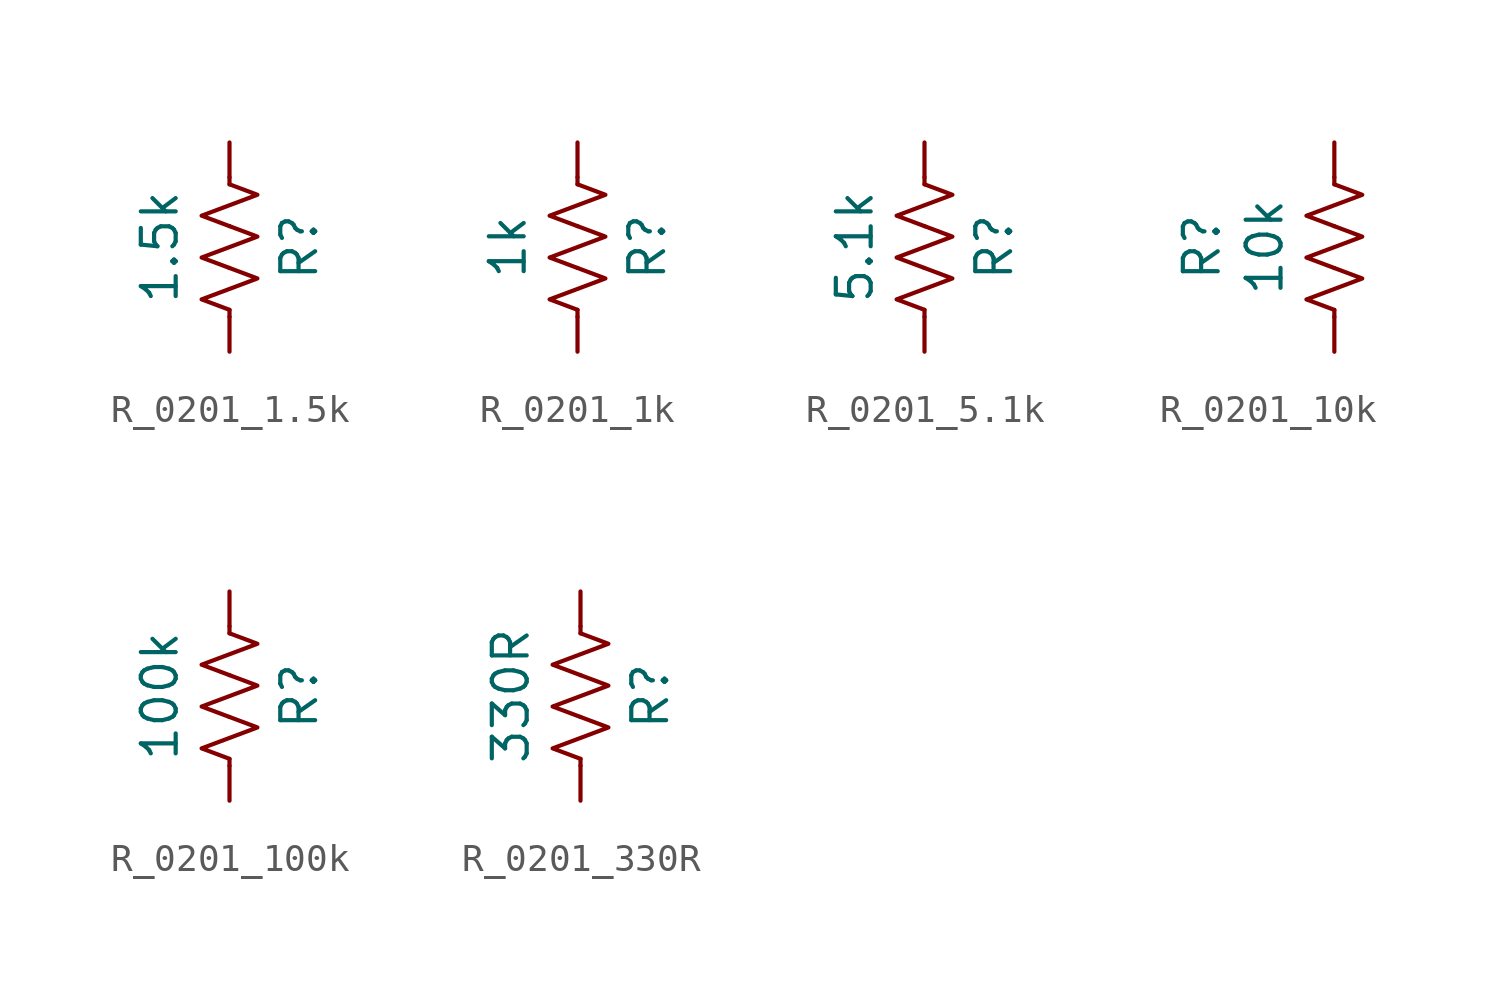
<source format=kicad_sym>
(kicad_symbol_lib
  (version 20241209)
  (generator "kicad_symbol_editor")
  (generator_version "9.0")
  (symbol "R_0201_1.5k"
    (pin_numbers
      (hide yes))
    (pin_names
      (offset 0))
    (property "Reference" "R"
      (at 2.54 0 90)
      (effects (font (size 1.27 1.27))))
    (property "Value" "1.5k"
      (at -2.54 0 90)
      (effects (font (size 1.27 1.27))))
    (symbol "R_0201_1.5k_0_1"
      (polyline (pts (xy 0 2.286) (xy 0 2.54)) (stroke (width 0) (type default)) (fill (type none)))
      (polyline (pts (xy 0 2.286) (xy 1.016 1.905) (xy 0 1.524) (xy -1.016 1.143) (xy 0 0.762)) (stroke (width 0) (type default)) (fill (type none)))
      (polyline (pts (xy 0 0.762) (xy 1.016 0.381) (xy 0 0) (xy -1.016 -0.381) (xy 0 -0.762)) (stroke (width 0) (type default)) (fill (type none)))
      (polyline (pts (xy 0 -0.762) (xy 1.016 -1.143) (xy 0 -1.524) (xy -1.016 -1.905) (xy 0 -2.286)) (stroke (width 0) (type default)) (fill (type none)))
      (polyline (pts (xy 0 -2.286) (xy 0 -2.54)) (stroke (width 0) (type default)) (fill (type none))))
    (symbol "R_0201_1.5k_1_1"
      (pin passive line (at 0 3.81 270) (length 1.27) (name "~" (effects (font (size 1.27 1.27)))) (number "1" (effects (font (size 1.27 1.27)))))
      (pin passive line (at 0 -3.81 90) (length 1.27) (name "~" (effects (font (size 1.27 1.27)))) (number "2" (effects (font (size 1.27 1.27)))))))
  (symbol "R_0201_1k"
    (pin_numbers
      (hide yes))
    (pin_names
      (offset 0))
    (property "Reference" "R"
      (at 2.54 0 90)
      (effects (font (size 1.27 1.27))))
    (property "Value" "1k"
      (at -2.54 0 90)
      (effects (font (size 1.27 1.27))))
    (symbol "R_0201_1k_0_1"
      (polyline (pts (xy 0 2.286) (xy 0 2.54)) (stroke (width 0) (type default)) (fill (type none)))
      (polyline (pts (xy 0 2.286) (xy 1.016 1.905) (xy 0 1.524) (xy -1.016 1.143) (xy 0 0.762)) (stroke (width 0) (type default)) (fill (type none)))
      (polyline (pts (xy 0 0.762) (xy 1.016 0.381) (xy 0 0) (xy -1.016 -0.381) (xy 0 -0.762)) (stroke (width 0) (type default)) (fill (type none)))
      (polyline (pts (xy 0 -0.762) (xy 1.016 -1.143) (xy 0 -1.524) (xy -1.016 -1.905) (xy 0 -2.286)) (stroke (width 0) (type default)) (fill (type none)))
      (polyline (pts (xy 0 -2.286) (xy 0 -2.54)) (stroke (width 0) (type default)) (fill (type none))))
    (symbol "R_0201_1k_1_1"
      (pin passive line (at 0 3.81 270) (length 1.27) (name "~" (effects (font (size 1.27 1.27)))) (number "1" (effects (font (size 1.27 1.27)))))
      (pin passive line (at 0 -3.81 90) (length 1.27) (name "~" (effects (font (size 1.27 1.27)))) (number "2" (effects (font (size 1.27 1.27)))))))
  (symbol "R_0201_5.1k"
    (pin_numbers
      (hide yes))
    (pin_names
      (offset 0))
    (property "Reference" "R"
      (at 2.54 0 90)
      (effects (font (size 1.27 1.27))))
    (property "Value" "5.1k"
      (at -2.54 0 90)
      (effects (font (size 1.27 1.27))))
    (symbol "R_0201_5.1k_0_1"
      (polyline (pts (xy 0 2.286) (xy 0 2.54)) (stroke (width 0) (type default)) (fill (type none)))
      (polyline (pts (xy 0 2.286) (xy 1.016 1.905) (xy 0 1.524) (xy -1.016 1.143) (xy 0 0.762)) (stroke (width 0) (type default)) (fill (type none)))
      (polyline (pts (xy 0 0.762) (xy 1.016 0.381) (xy 0 0) (xy -1.016 -0.381) (xy 0 -0.762)) (stroke (width 0) (type default)) (fill (type none)))
      (polyline (pts (xy 0 -0.762) (xy 1.016 -1.143) (xy 0 -1.524) (xy -1.016 -1.905) (xy 0 -2.286)) (stroke (width 0) (type default)) (fill (type none)))
      (polyline (pts (xy 0 -2.286) (xy 0 -2.54)) (stroke (width 0) (type default)) (fill (type none))))
    (symbol "R_0201_5.1k_1_1"
      (pin passive line (at 0 3.81 270) (length 1.27) (name "~" (effects (font (size 1.27 1.27)))) (number "1" (effects (font (size 1.27 1.27)))))
      (pin passive line (at 0 -3.81 90) (length 1.27) (name "~" (effects (font (size 1.27 1.27)))) (number "2" (effects (font (size 1.27 1.27)))))))
  (symbol "R_0201_10k"
    (pin_numbers
      (hide yes))
    (pin_names
      (offset 0))
    (property "Reference" "R"
      (at -4.826 0 90)
      (effects (font (size 1.27 1.27))))
    (property "Value" "10k"
      (at -2.54 0 90)
      (effects (font (size 1.27 1.27))))
    (symbol "R_0201_10k_0_1"
      (polyline (pts (xy 0 2.286) (xy 0 2.54)) (stroke (width 0) (type default)) (fill (type none)))
      (polyline (pts (xy 0 2.286) (xy 1.016 1.905) (xy 0 1.524) (xy -1.016 1.143) (xy 0 0.762)) (stroke (width 0) (type default)) (fill (type none)))
      (polyline (pts (xy 0 0.762) (xy 1.016 0.381) (xy 0 0) (xy -1.016 -0.381) (xy 0 -0.762)) (stroke (width 0) (type default)) (fill (type none)))
      (polyline (pts (xy 0 -0.762) (xy 1.016 -1.143) (xy 0 -1.524) (xy -1.016 -1.905) (xy 0 -2.286)) (stroke (width 0) (type default)) (fill (type none)))
      (polyline (pts (xy 0 -2.286) (xy 0 -2.54)) (stroke (width 0) (type default)) (fill (type none))))
    (symbol "R_0201_10k_1_1"
      (pin passive line (at 0 3.81 270) (length 1.27) (name "~" (effects (font (size 1.27 1.27)))) (number "1" (effects (font (size 1.27 1.27)))))
      (pin passive line (at 0 -3.81 90) (length 1.27) (name "~" (effects (font (size 1.27 1.27)))) (number "2" (effects (font (size 1.27 1.27)))))))
  (symbol "R_0201_100k"
    (pin_numbers
      (hide yes))
    (pin_names
      (offset 0))
    (property "Reference" "R"
      (at 2.54 0 90)
      (effects (font (size 1.27 1.27))))
    (property "Value" "100k"
      (at -2.54 0 90)
      (effects (font (size 1.27 1.27))))
    (symbol "R_0201_100k_0_1"
      (polyline (pts (xy 0 2.286) (xy 0 2.54)) (stroke (width 0) (type default)) (fill (type none)))
      (polyline (pts (xy 0 2.286) (xy 1.016 1.905) (xy 0 1.524) (xy -1.016 1.143) (xy 0 0.762)) (stroke (width 0) (type default)) (fill (type none)))
      (polyline (pts (xy 0 0.762) (xy 1.016 0.381) (xy 0 0) (xy -1.016 -0.381) (xy 0 -0.762)) (stroke (width 0) (type default)) (fill (type none)))
      (polyline (pts (xy 0 -0.762) (xy 1.016 -1.143) (xy 0 -1.524) (xy -1.016 -1.905) (xy 0 -2.286)) (stroke (width 0) (type default)) (fill (type none)))
      (polyline (pts (xy 0 -2.286) (xy 0 -2.54)) (stroke (width 0) (type default)) (fill (type none))))
    (symbol "R_0201_100k_1_1"
      (pin passive line (at 0 3.81 270) (length 1.27) (name "~" (effects (font (size 1.27 1.27)))) (number "1" (effects (font (size 1.27 1.27)))))
      (pin passive line (at 0 -3.81 90) (length 1.27) (name "~" (effects (font (size 1.27 1.27)))) (number "2" (effects (font (size 1.27 1.27)))))))
  (symbol "R_0201_330R"
    (pin_numbers
      (hide yes))
    (pin_names
      (offset 0))
    (property "Reference" "R"
      (at 2.54 0 90)
      (effects (font (size 1.27 1.27))))
    (property "Value" "330R"
      (at -2.54 0 90)
      (effects (font (size 1.27 1.27))))
    (symbol "R_0201_330R_0_1"
      (polyline (pts (xy 0 2.286) (xy 0 2.54)) (stroke (width 0) (type default)) (fill (type none)))
      (polyline (pts (xy 0 2.286) (xy 1.016 1.905) (xy 0 1.524) (xy -1.016 1.143) (xy 0 0.762)) (stroke (width 0) (type default)) (fill (type none)))
      (polyline (pts (xy 0 0.762) (xy 1.016 0.381) (xy 0 0) (xy -1.016 -0.381) (xy 0 -0.762)) (stroke (width 0) (type default)) (fill (type none)))
      (polyline (pts (xy 0 -0.762) (xy 1.016 -1.143) (xy 0 -1.524) (xy -1.016 -1.905) (xy 0 -2.286)) (stroke (width 0) (type default)) (fill (type none)))
      (polyline (pts (xy 0 -2.286) (xy 0 -2.54)) (stroke (width 0) (type default)) (fill (type none))))
    (symbol "R_0201_330R_1_1"
      (pin passive line (at 0 3.81 270) (length 1.27) (name "~" (effects (font (size 1.27 1.27)))) (number "1" (effects (font (size 1.27 1.27)))))
      (pin passive line (at 0 -3.81 90) (length 1.27) (name "~" (effects (font (size 1.27 1.27)))) (number "2" (effects (font (size 1.27 1.27))))))))
</source>
